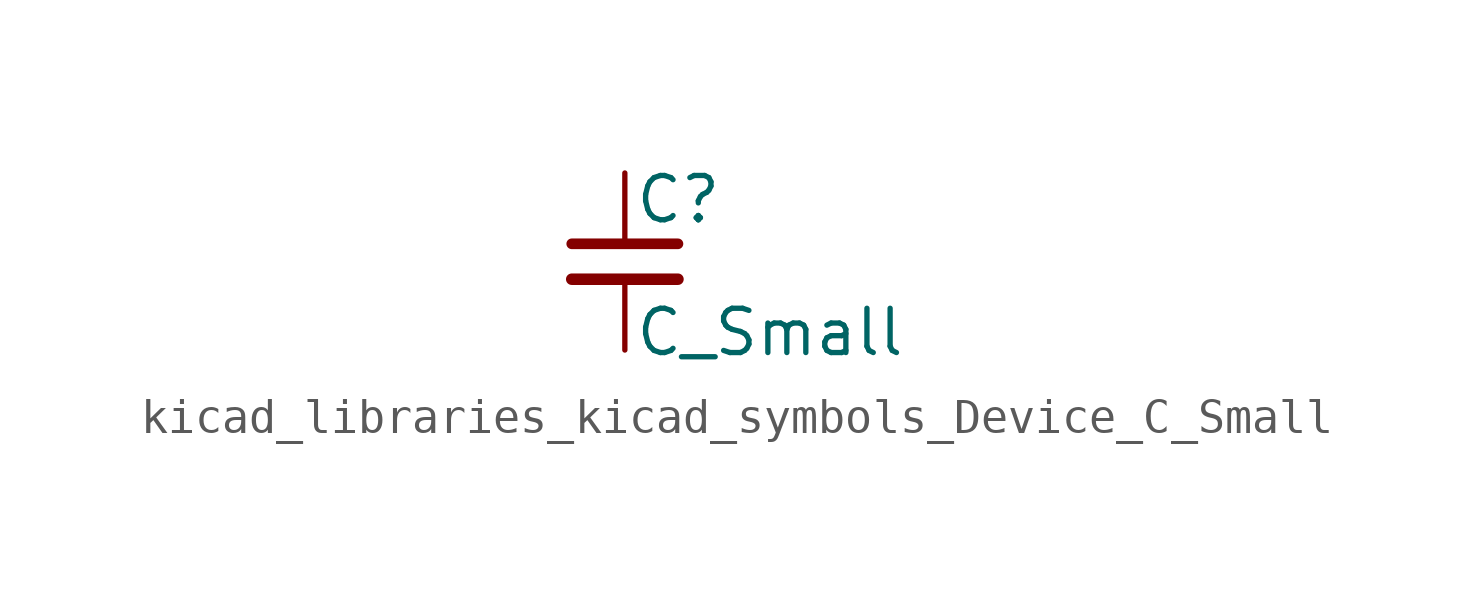
<source format=kicad_sym>
(kicad_symbol_lib
  (version 20220914)
  (generator kicad_symbol_editor)
  (symbol "kicad_libraries_kicad_symbols_Device_C_Small"
    (pin_numbers hide)
    (pin_names
      (offset 0.254) hide)
    (property "Reference" "C"
      (at 0.254 1.778 0)
      (effects (font (size 1.27 1.27)) (justify left)))
    (property "Value" "C_Small"
      (at 0.254 -2.032 0)
      (effects (font (size 1.27 1.27)) (justify left)))
    (symbol "kicad_libraries_kicad_symbols_Device_C_Small_0_1"
      (polyline (pts (xy -1.524 -0.508) (xy 1.524 -0.508)) (stroke (width 0.33) (type default)) (fill (type none)))
      (polyline (pts (xy -1.524 0.508) (xy 1.524 0.508)) (stroke (width 0.305) (type default)) (fill (type none))))
    (symbol "kicad_libraries_kicad_symbols_Device_C_Small_1_1"
      (pin passive line (at 0 2.54 270) (length 2.032) (name "~" (effects (font (size 1.27 1.27)))) (number "1" (effects (font (size 1.27 1.27)))))
      (pin passive line (at 0 -2.54 90) (length 2.032) (name "~" (effects (font (size 1.27 1.27)))) (number "2" (effects (font (size 1.27 1.27))))))))
</source>
